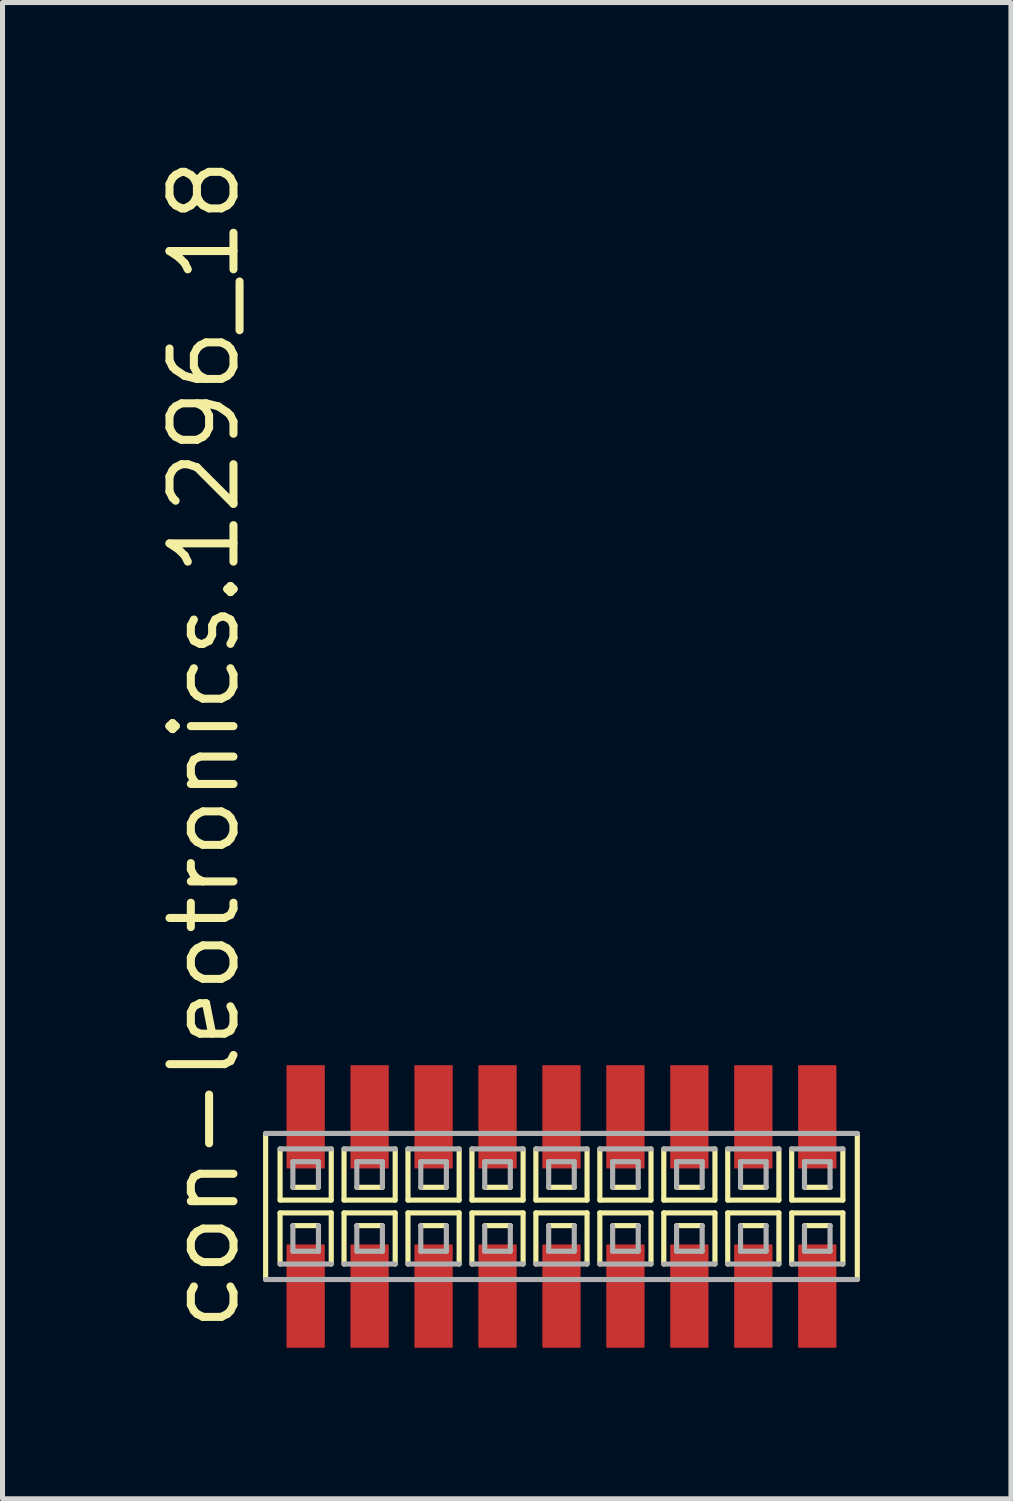
<source format=kicad_pcb>
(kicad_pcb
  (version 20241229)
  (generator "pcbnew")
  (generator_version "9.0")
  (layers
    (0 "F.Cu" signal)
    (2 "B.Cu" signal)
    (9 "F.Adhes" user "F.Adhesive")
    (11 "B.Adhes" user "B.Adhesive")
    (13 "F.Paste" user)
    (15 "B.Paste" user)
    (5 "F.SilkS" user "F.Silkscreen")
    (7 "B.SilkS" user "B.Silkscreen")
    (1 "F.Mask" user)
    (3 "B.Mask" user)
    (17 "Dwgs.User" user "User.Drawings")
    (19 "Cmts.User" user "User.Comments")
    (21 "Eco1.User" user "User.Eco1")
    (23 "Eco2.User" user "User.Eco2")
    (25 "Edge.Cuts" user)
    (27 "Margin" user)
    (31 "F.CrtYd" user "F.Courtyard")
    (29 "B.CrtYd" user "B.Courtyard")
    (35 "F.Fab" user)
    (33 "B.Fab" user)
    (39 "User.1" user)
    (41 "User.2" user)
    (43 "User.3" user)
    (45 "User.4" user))
  (footprint "con-leotronics.1296_18"
    (layer "F.Cu")
    (at 8.1 20.909)
    (property "Reference" "con-leotronics.1296_18" (at -6.35 2.54 90) (layer "F.SilkS") (effects (font (size 1.27 1.27) (thickness 0.16)) (justify left bottom)))
    (attr smd)
    (fp_line (start -5.875 -1.45) (end -5.875 1.45) (stroke (width 0.102) (type default)) (layer "F.SilkS"))
    (fp_line (start -5.588 -1.143) (end -5.588 -0.127) (stroke (width 0.102) (type default)) (layer "F.SilkS"))
    (fp_line (start -5.588 -0.127) (end -4.572 -0.127) (stroke (width 0.102) (type default)) (layer "F.SilkS"))
    (fp_line (start -5.588 0.127) (end -5.588 1.143) (stroke (width 0.102) (type default)) (layer "F.SilkS"))
    (fp_line (start -5.334 -0.381) (end -4.826 -0.381) (stroke (width 0.102) (type default)) (layer "F.SilkS"))
    (fp_line (start -4.826 0.381) (end -5.334 0.381) (stroke (width 0.102) (type default)) (layer "F.SilkS"))
    (fp_line (start -4.572 -0.127) (end -4.572 -1.143) (stroke (width 0.102) (type default)) (layer "F.SilkS"))
    (fp_line (start -4.572 0.127) (end -5.588 0.127) (stroke (width 0.102) (type default)) (layer "F.SilkS"))
    (fp_line (start -4.572 1.143) (end -4.572 0.127) (stroke (width 0.102) (type default)) (layer "F.SilkS"))
    (fp_line (start -4.318 -1.143) (end -4.318 -0.127) (stroke (width 0.102) (type default)) (layer "F.SilkS"))
    (fp_line (start -4.318 -0.127) (end -3.302 -0.127) (stroke (width 0.102) (type default)) (layer "F.SilkS"))
    (fp_line (start -4.318 0.127) (end -4.318 1.143) (stroke (width 0.102) (type default)) (layer "F.SilkS"))
    (fp_line (start -4.064 -0.381) (end -3.556 -0.381) (stroke (width 0.102) (type default)) (layer "F.SilkS"))
    (fp_line (start -3.556 0.381) (end -4.064 0.381) (stroke (width 0.102) (type default)) (layer "F.SilkS"))
    (fp_line (start -3.302 -0.127) (end -3.302 -1.143) (stroke (width 0.102) (type default)) (layer "F.SilkS"))
    (fp_line (start -3.302 0.127) (end -4.318 0.127) (stroke (width 0.102) (type default)) (layer "F.SilkS"))
    (fp_line (start -3.302 1.143) (end -3.302 0.127) (stroke (width 0.102) (type default)) (layer "F.SilkS"))
    (fp_line (start -3.048 -1.143) (end -3.048 -0.127) (stroke (width 0.102) (type default)) (layer "F.SilkS"))
    (fp_line (start -3.048 -0.127) (end -2.032 -0.127) (stroke (width 0.102) (type default)) (layer "F.SilkS"))
    (fp_line (start -3.048 0.127) (end -3.048 1.143) (stroke (width 0.102) (type default)) (layer "F.SilkS"))
    (fp_line (start -2.794 -0.381) (end -2.286 -0.381) (stroke (width 0.102) (type default)) (layer "F.SilkS"))
    (fp_line (start -2.286 0.381) (end -2.794 0.381) (stroke (width 0.102) (type default)) (layer "F.SilkS"))
    (fp_line (start -2.032 -0.127) (end -2.032 -1.143) (stroke (width 0.102) (type default)) (layer "F.SilkS"))
    (fp_line (start -2.032 0.127) (end -3.048 0.127) (stroke (width 0.102) (type default)) (layer "F.SilkS"))
    (fp_line (start -2.032 1.143) (end -2.032 0.127) (stroke (width 0.102) (type default)) (layer "F.SilkS"))
    (fp_line (start -1.778 -1.143) (end -1.778 -0.127) (stroke (width 0.102) (type default)) (layer "F.SilkS"))
    (fp_line (start -1.778 -0.127) (end -0.762 -0.127) (stroke (width 0.102) (type default)) (layer "F.SilkS"))
    (fp_line (start -1.778 0.127) (end -1.778 1.143) (stroke (width 0.102) (type default)) (layer "F.SilkS"))
    (fp_line (start -1.524 -0.381) (end -1.016 -0.381) (stroke (width 0.102) (type default)) (layer "F.SilkS"))
    (fp_line (start -1.016 0.381) (end -1.524 0.381) (stroke (width 0.102) (type default)) (layer "F.SilkS"))
    (fp_line (start -0.762 -0.127) (end -0.762 -1.143) (stroke (width 0.102) (type default)) (layer "F.SilkS"))
    (fp_line (start -0.762 0.127) (end -1.778 0.127) (stroke (width 0.102) (type default)) (layer "F.SilkS"))
    (fp_line (start -0.762 1.143) (end -0.762 0.127) (stroke (width 0.102) (type default)) (layer "F.SilkS"))
    (fp_line (start -0.508 -1.143) (end -0.508 -0.127) (stroke (width 0.102) (type default)) (layer "F.SilkS"))
    (fp_line (start -0.508 -0.127) (end 0.508 -0.127) (stroke (width 0.102) (type default)) (layer "F.SilkS"))
    (fp_line (start -0.508 0.127) (end -0.508 1.143) (stroke (width 0.102) (type default)) (layer "F.SilkS"))
    (fp_line (start -0.254 -0.381) (end 0.254 -0.381) (stroke (width 0.102) (type default)) (layer "F.SilkS"))
    (fp_line (start 0.254 0.381) (end -0.254 0.381) (stroke (width 0.102) (type default)) (layer "F.SilkS"))
    (fp_line (start 0.508 -0.127) (end 0.508 -1.143) (stroke (width 0.102) (type default)) (layer "F.SilkS"))
    (fp_line (start 0.508 0.127) (end -0.508 0.127) (stroke (width 0.102) (type default)) (layer "F.SilkS"))
    (fp_line (start 0.508 1.143) (end 0.508 0.127) (stroke (width 0.102) (type default)) (layer "F.SilkS"))
    (fp_line (start 0.762 -1.143) (end 0.762 -0.127) (stroke (width 0.102) (type default)) (layer "F.SilkS"))
    (fp_line (start 0.762 -0.127) (end 1.778 -0.127) (stroke (width 0.102) (type default)) (layer "F.SilkS"))
    (fp_line (start 0.762 0.127) (end 0.762 1.143) (stroke (width 0.102) (type default)) (layer "F.SilkS"))
    (fp_line (start 1.016 -0.381) (end 1.524 -0.381) (stroke (width 0.102) (type default)) (layer "F.SilkS"))
    (fp_line (start 1.524 0.381) (end 1.016 0.381) (stroke (width 0.102) (type default)) (layer "F.SilkS"))
    (fp_line (start 1.778 -0.127) (end 1.778 -1.143) (stroke (width 0.102) (type default)) (layer "F.SilkS"))
    (fp_line (start 1.778 0.127) (end 0.762 0.127) (stroke (width 0.102) (type default)) (layer "F.SilkS"))
    (fp_line (start 1.778 1.143) (end 1.778 0.127) (stroke (width 0.102) (type default)) (layer "F.SilkS"))
    (fp_line (start 2.032 -1.143) (end 2.032 -0.127) (stroke (width 0.102) (type default)) (layer "F.SilkS"))
    (fp_line (start 2.032 -0.127) (end 3.048 -0.127) (stroke (width 0.102) (type default)) (layer "F.SilkS"))
    (fp_line (start 2.032 0.127) (end 2.032 1.143) (stroke (width 0.102) (type default)) (layer "F.SilkS"))
    (fp_line (start 2.286 -0.381) (end 2.794 -0.381) (stroke (width 0.102) (type default)) (layer "F.SilkS"))
    (fp_line (start 2.794 0.381) (end 2.286 0.381) (stroke (width 0.102) (type default)) (layer "F.SilkS"))
    (fp_line (start 3.048 -0.127) (end 3.048 -1.143) (stroke (width 0.102) (type default)) (layer "F.SilkS"))
    (fp_line (start 3.048 0.127) (end 2.032 0.127) (stroke (width 0.102) (type default)) (layer "F.SilkS"))
    (fp_line (start 3.048 1.143) (end 3.048 0.127) (stroke (width 0.102) (type default)) (layer "F.SilkS"))
    (fp_line (start 3.302 -1.143) (end 3.302 -0.127) (stroke (width 0.102) (type default)) (layer "F.SilkS"))
    (fp_line (start 3.302 -0.127) (end 4.318 -0.127) (stroke (width 0.102) (type default)) (layer "F.SilkS"))
    (fp_line (start 3.302 0.127) (end 3.302 1.143) (stroke (width 0.102) (type default)) (layer "F.SilkS"))
    (fp_line (start 3.556 -0.381) (end 4.064 -0.381) (stroke (width 0.102) (type default)) (layer "F.SilkS"))
    (fp_line (start 4.064 0.381) (end 3.556 0.381) (stroke (width 0.102) (type default)) (layer "F.SilkS"))
    (fp_line (start 4.318 -0.127) (end 4.318 -1.143) (stroke (width 0.102) (type default)) (layer "F.SilkS"))
    (fp_line (start 4.318 0.127) (end 3.302 0.127) (stroke (width 0.102) (type default)) (layer "F.SilkS"))
    (fp_line (start 4.318 1.143) (end 4.318 0.127) (stroke (width 0.102) (type default)) (layer "F.SilkS"))
    (fp_line (start 4.572 -1.143) (end 4.572 -0.127) (stroke (width 0.102) (type default)) (layer "F.SilkS"))
    (fp_line (start 4.572 -0.127) (end 5.588 -0.127) (stroke (width 0.102) (type default)) (layer "F.SilkS"))
    (fp_line (start 4.572 0.127) (end 4.572 1.143) (stroke (width 0.102) (type default)) (layer "F.SilkS"))
    (fp_line (start 4.826 -0.381) (end 5.334 -0.381) (stroke (width 0.102) (type default)) (layer "F.SilkS"))
    (fp_line (start 5.334 0.381) (end 4.826 0.381) (stroke (width 0.102) (type default)) (layer "F.SilkS"))
    (fp_line (start 5.588 -0.127) (end 5.588 -1.143) (stroke (width 0.102) (type default)) (layer "F.SilkS"))
    (fp_line (start 5.588 0.127) (end 4.572 0.127) (stroke (width 0.102) (type default)) (layer "F.SilkS"))
    (fp_line (start 5.588 1.143) (end 5.588 0.127) (stroke (width 0.102) (type default)) (layer "F.SilkS"))
    (fp_line (start 5.875 1.45) (end 5.875 -1.45) (stroke (width 0.102) (type default)) (layer "F.SilkS"))
    (fp_line (start -5.875 1.45) (end 5.875 1.45) (stroke (width 0.102) (type default)) (layer "F.Fab"))
    (fp_line (start -5.588 1.143) (end -4.572 1.143) (stroke (width 0.102) (type default)) (layer "F.Fab"))
    (fp_line (start -5.334 -0.889) (end -5.334 -0.381) (stroke (width 0.102) (type default)) (layer "F.Fab"))
    (fp_line (start -5.334 0.381) (end -5.334 0.889) (stroke (width 0.102) (type default)) (layer "F.Fab"))
    (fp_line (start -5.334 0.889) (end -4.826 0.889) (stroke (width 0.102) (type default)) (layer "F.Fab"))
    (fp_line (start -4.826 -0.889) (end -5.334 -0.889) (stroke (width 0.102) (type default)) (layer "F.Fab"))
    (fp_line (start -4.826 -0.381) (end -4.826 -0.889) (stroke (width 0.102) (type default)) (layer "F.Fab"))
    (fp_line (start -4.826 0.889) (end -4.826 0.381) (stroke (width 0.102) (type default)) (layer "F.Fab"))
    (fp_line (start -4.572 -1.143) (end -5.588 -1.143) (stroke (width 0.102) (type default)) (layer "F.Fab"))
    (fp_line (start -4.318 1.143) (end -3.302 1.143) (stroke (width 0.102) (type default)) (layer "F.Fab"))
    (fp_line (start -4.064 -0.889) (end -4.064 -0.381) (stroke (width 0.102) (type default)) (layer "F.Fab"))
    (fp_line (start -4.064 0.381) (end -4.064 0.889) (stroke (width 0.102) (type default)) (layer "F.Fab"))
    (fp_line (start -4.064 0.889) (end -3.556 0.889) (stroke (width 0.102) (type default)) (layer "F.Fab"))
    (fp_line (start -3.556 -0.889) (end -4.064 -0.889) (stroke (width 0.102) (type default)) (layer "F.Fab"))
    (fp_line (start -3.556 -0.381) (end -3.556 -0.889) (stroke (width 0.102) (type default)) (layer "F.Fab"))
    (fp_line (start -3.556 0.889) (end -3.556 0.381) (stroke (width 0.102) (type default)) (layer "F.Fab"))
    (fp_line (start -3.302 -1.143) (end -4.318 -1.143) (stroke (width 0.102) (type default)) (layer "F.Fab"))
    (fp_line (start -3.048 1.143) (end -2.032 1.143) (stroke (width 0.102) (type default)) (layer "F.Fab"))
    (fp_line (start -2.794 -0.889) (end -2.794 -0.381) (stroke (width 0.102) (type default)) (layer "F.Fab"))
    (fp_line (start -2.794 0.381) (end -2.794 0.889) (stroke (width 0.102) (type default)) (layer "F.Fab"))
    (fp_line (start -2.794 0.889) (end -2.286 0.889) (stroke (width 0.102) (type default)) (layer "F.Fab"))
    (fp_line (start -2.286 -0.889) (end -2.794 -0.889) (stroke (width 0.102) (type default)) (layer "F.Fab"))
    (fp_line (start -2.286 -0.381) (end -2.286 -0.889) (stroke (width 0.102) (type default)) (layer "F.Fab"))
    (fp_line (start -2.286 0.889) (end -2.286 0.381) (stroke (width 0.102) (type default)) (layer "F.Fab"))
    (fp_line (start -2.032 -1.143) (end -3.048 -1.143) (stroke (width 0.102) (type default)) (layer "F.Fab"))
    (fp_line (start -1.778 1.143) (end -0.762 1.143) (stroke (width 0.102) (type default)) (layer "F.Fab"))
    (fp_line (start -1.524 -0.889) (end -1.524 -0.381) (stroke (width 0.102) (type default)) (layer "F.Fab"))
    (fp_line (start -1.524 0.381) (end -1.524 0.889) (stroke (width 0.102) (type default)) (layer "F.Fab"))
    (fp_line (start -1.524 0.889) (end -1.016 0.889) (stroke (width 0.102) (type default)) (layer "F.Fab"))
    (fp_line (start -1.016 -0.889) (end -1.524 -0.889) (stroke (width 0.102) (type default)) (layer "F.Fab"))
    (fp_line (start -1.016 -0.381) (end -1.016 -0.889) (stroke (width 0.102) (type default)) (layer "F.Fab"))
    (fp_line (start -1.016 0.889) (end -1.016 0.381) (stroke (width 0.102) (type default)) (layer "F.Fab"))
    (fp_line (start -0.762 -1.143) (end -1.778 -1.143) (stroke (width 0.102) (type default)) (layer "F.Fab"))
    (fp_line (start -0.508 1.143) (end 0.508 1.143) (stroke (width 0.102) (type default)) (layer "F.Fab"))
    (fp_line (start -0.254 -0.889) (end -0.254 -0.381) (stroke (width 0.102) (type default)) (layer "F.Fab"))
    (fp_line (start -0.254 0.381) (end -0.254 0.889) (stroke (width 0.102) (type default)) (layer "F.Fab"))
    (fp_line (start -0.254 0.889) (end 0.254 0.889) (stroke (width 0.102) (type default)) (layer "F.Fab"))
    (fp_line (start 0.254 -0.889) (end -0.254 -0.889) (stroke (width 0.102) (type default)) (layer "F.Fab"))
    (fp_line (start 0.254 -0.381) (end 0.254 -0.889) (stroke (width 0.102) (type default)) (layer "F.Fab"))
    (fp_line (start 0.254 0.889) (end 0.254 0.381) (stroke (width 0.102) (type default)) (layer "F.Fab"))
    (fp_line (start 0.508 -1.143) (end -0.508 -1.143) (stroke (width 0.102) (type default)) (layer "F.Fab"))
    (fp_line (start 0.762 1.143) (end 1.778 1.143) (stroke (width 0.102) (type default)) (layer "F.Fab"))
    (fp_line (start 1.016 -0.889) (end 1.016 -0.381) (stroke (width 0.102) (type default)) (layer "F.Fab"))
    (fp_line (start 1.016 0.381) (end 1.016 0.889) (stroke (width 0.102) (type default)) (layer "F.Fab"))
    (fp_line (start 1.016 0.889) (end 1.524 0.889) (stroke (width 0.102) (type default)) (layer "F.Fab"))
    (fp_line (start 1.524 -0.889) (end 1.016 -0.889) (stroke (width 0.102) (type default)) (layer "F.Fab"))
    (fp_line (start 1.524 -0.381) (end 1.524 -0.889) (stroke (width 0.102) (type default)) (layer "F.Fab"))
    (fp_line (start 1.524 0.889) (end 1.524 0.381) (stroke (width 0.102) (type default)) (layer "F.Fab"))
    (fp_line (start 1.778 -1.143) (end 0.762 -1.143) (stroke (width 0.102) (type default)) (layer "F.Fab"))
    (fp_line (start 2.032 1.143) (end 3.048 1.143) (stroke (width 0.102) (type default)) (layer "F.Fab"))
    (fp_line (start 2.286 -0.889) (end 2.286 -0.381) (stroke (width 0.102) (type default)) (layer "F.Fab"))
    (fp_line (start 2.286 0.381) (end 2.286 0.889) (stroke (width 0.102) (type default)) (layer "F.Fab"))
    (fp_line (start 2.286 0.889) (end 2.794 0.889) (stroke (width 0.102) (type default)) (layer "F.Fab"))
    (fp_line (start 2.794 -0.889) (end 2.286 -0.889) (stroke (width 0.102) (type default)) (layer "F.Fab"))
    (fp_line (start 2.794 -0.381) (end 2.794 -0.889) (stroke (width 0.102) (type default)) (layer "F.Fab"))
    (fp_line (start 2.794 0.889) (end 2.794 0.381) (stroke (width 0.102) (type default)) (layer "F.Fab"))
    (fp_line (start 3.048 -1.143) (end 2.032 -1.143) (stroke (width 0.102) (type default)) (layer "F.Fab"))
    (fp_line (start 3.302 1.143) (end 4.318 1.143) (stroke (width 0.102) (type default)) (layer "F.Fab"))
    (fp_line (start 3.556 -0.889) (end 3.556 -0.381) (stroke (width 0.102) (type default)) (layer "F.Fab"))
    (fp_line (start 3.556 0.381) (end 3.556 0.889) (stroke (width 0.102) (type default)) (layer "F.Fab"))
    (fp_line (start 3.556 0.889) (end 4.064 0.889) (stroke (width 0.102) (type default)) (layer "F.Fab"))
    (fp_line (start 4.064 -0.889) (end 3.556 -0.889) (stroke (width 0.102) (type default)) (layer "F.Fab"))
    (fp_line (start 4.064 -0.381) (end 4.064 -0.889) (stroke (width 0.102) (type default)) (layer "F.Fab"))
    (fp_line (start 4.064 0.889) (end 4.064 0.381) (stroke (width 0.102) (type default)) (layer "F.Fab"))
    (fp_line (start 4.318 -1.143) (end 3.302 -1.143) (stroke (width 0.102) (type default)) (layer "F.Fab"))
    (fp_line (start 4.572 1.143) (end 5.588 1.143) (stroke (width 0.102) (type default)) (layer "F.Fab"))
    (fp_line (start 4.826 -0.889) (end 4.826 -0.381) (stroke (width 0.102) (type default)) (layer "F.Fab"))
    (fp_line (start 4.826 0.381) (end 4.826 0.889) (stroke (width 0.102) (type default)) (layer "F.Fab"))
    (fp_line (start 4.826 0.889) (end 5.334 0.889) (stroke (width 0.102) (type default)) (layer "F.Fab"))
    (fp_line (start 5.334 -0.889) (end 4.826 -0.889) (stroke (width 0.102) (type default)) (layer "F.Fab"))
    (fp_line (start 5.334 -0.381) (end 5.334 -0.889) (stroke (width 0.102) (type default)) (layer "F.Fab"))
    (fp_line (start 5.334 0.889) (end 5.334 0.381) (stroke (width 0.102) (type default)) (layer "F.Fab"))
    (fp_line (start 5.588 -1.143) (end 4.572 -1.143) (stroke (width 0.102) (type default)) (layer "F.Fab"))
    (fp_line (start 5.875 -1.45) (end -5.875 -1.45) (stroke (width 0.102) (type default)) (layer "F.Fab"))
    (pad "1" smd roundrect (at -5.08 1.78) (size 0.76 2.05) (layers "F.Cu" "F.Mask" "F.Paste") (roundrect_rratio 0.01))
    (pad "2" smd roundrect (at -5.08 -1.78) (size 0.76 2.05) (layers "F.Cu" "F.Mask" "F.Paste") (roundrect_rratio 0.01))
    (pad "3" smd roundrect (at -3.81 1.78) (size 0.76 2.05) (layers "F.Cu" "F.Mask" "F.Paste") (roundrect_rratio 0.01))
    (pad "4" smd roundrect (at -3.81 -1.78) (size 0.76 2.05) (layers "F.Cu" "F.Mask" "F.Paste") (roundrect_rratio 0.01))
    (pad "5" smd roundrect (at -2.54 1.78) (size 0.76 2.05) (layers "F.Cu" "F.Mask" "F.Paste") (roundrect_rratio 0.01))
    (pad "6" smd roundrect (at -2.54 -1.78) (size 0.76 2.05) (layers "F.Cu" "F.Mask" "F.Paste") (roundrect_rratio 0.01))
    (pad "7" smd roundrect (at -1.27 1.78) (size 0.76 2.05) (layers "F.Cu" "F.Mask" "F.Paste") (roundrect_rratio 0.01))
    (pad "8" smd roundrect (at -1.27 -1.78) (size 0.76 2.05) (layers "F.Cu" "F.Mask" "F.Paste") (roundrect_rratio 0.01))
    (pad "9" smd roundrect (at 0 1.78) (size 0.76 2.05) (layers "F.Cu" "F.Mask" "F.Paste") (roundrect_rratio 0.01))
    (pad "10" smd roundrect (at 0 -1.78) (size 0.76 2.05) (layers "F.Cu" "F.Mask" "F.Paste") (roundrect_rratio 0.01))
    (pad "11" smd roundrect (at 1.27 1.78) (size 0.76 2.05) (layers "F.Cu" "F.Mask" "F.Paste") (roundrect_rratio 0.01))
    (pad "12" smd roundrect (at 1.27 -1.78) (size 0.76 2.05) (layers "F.Cu" "F.Mask" "F.Paste") (roundrect_rratio 0.01))
    (pad "13" smd roundrect (at 2.54 1.78) (size 0.76 2.05) (layers "F.Cu" "F.Mask" "F.Paste") (roundrect_rratio 0.01))
    (pad "14" smd roundrect (at 2.54 -1.78) (size 0.76 2.05) (layers "F.Cu" "F.Mask" "F.Paste") (roundrect_rratio 0.01))
    (pad "15" smd roundrect (at 3.81 1.78) (size 0.76 2.05) (layers "F.Cu" "F.Mask" "F.Paste") (roundrect_rratio 0.01))
    (pad "16" smd roundrect (at 3.81 -1.78) (size 0.76 2.05) (layers "F.Cu" "F.Mask" "F.Paste") (roundrect_rratio 0.01))
    (pad "17" smd roundrect (at 5.08 1.78) (size 0.76 2.05) (layers "F.Cu" "F.Mask" "F.Paste") (roundrect_rratio 0.01))
    (pad "18" smd roundrect (at 5.08 -1.78) (size 0.76 2.05) (layers "F.Cu" "F.Mask" "F.Paste") (roundrect_rratio 0.01)))
  (gr_rect
    (start -3 -3)
    (end 17.026 26.714)
    (stroke (width 0.1) (type default))
    (fill no)
    (layer "Edge.Cuts")))
</source>
